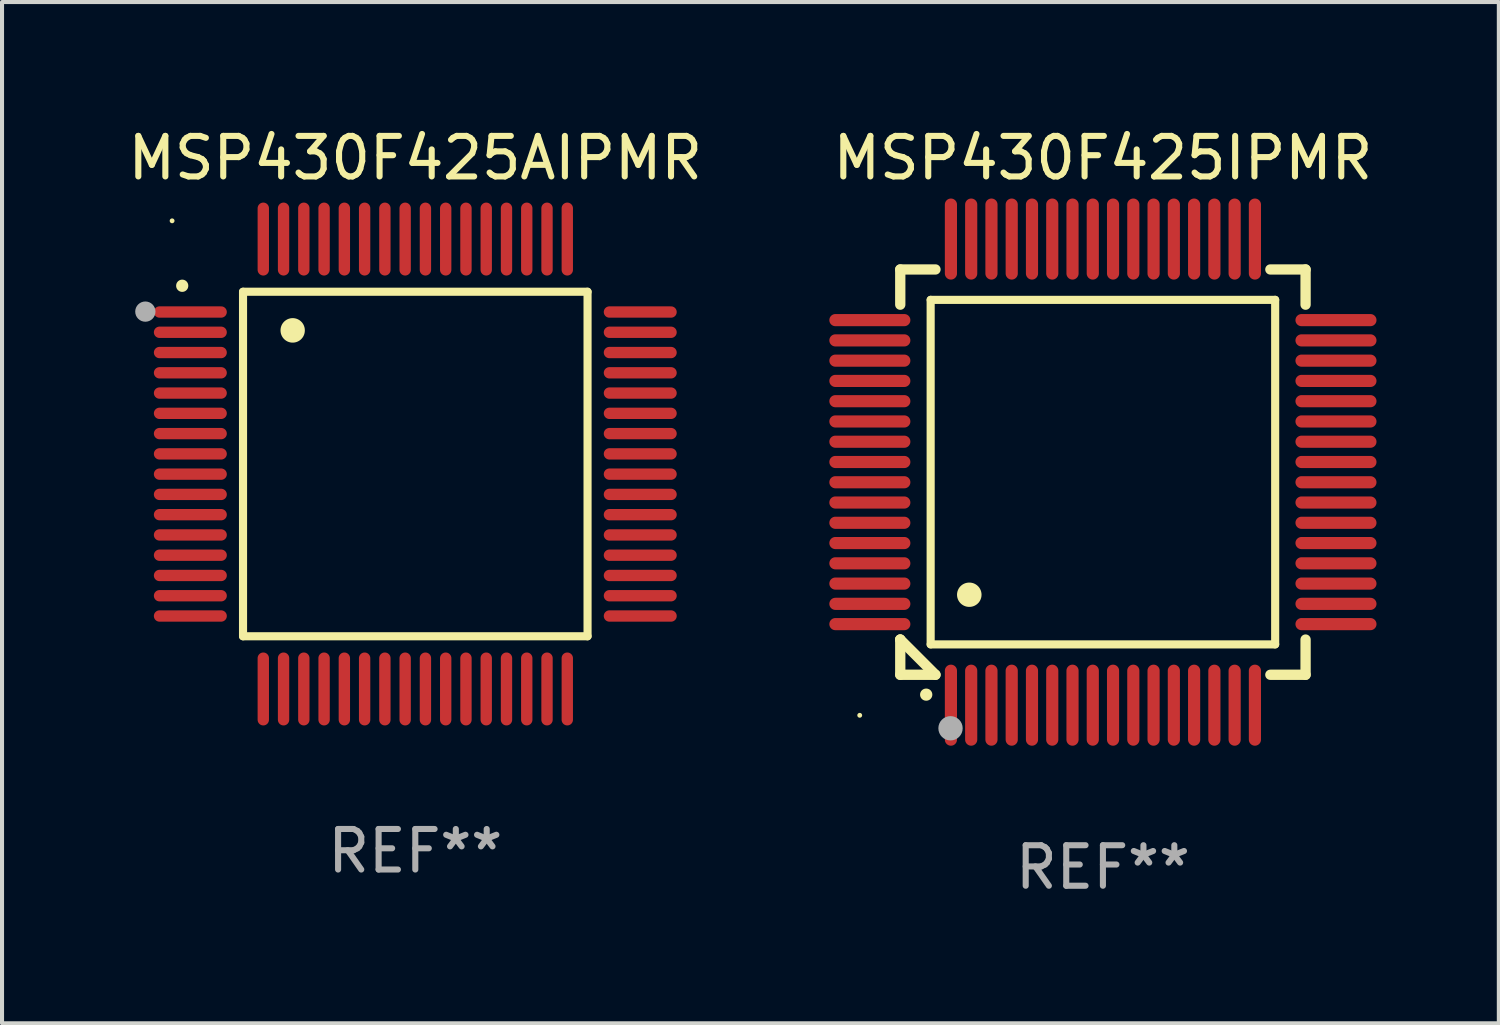
<source format=kicad_pcb>
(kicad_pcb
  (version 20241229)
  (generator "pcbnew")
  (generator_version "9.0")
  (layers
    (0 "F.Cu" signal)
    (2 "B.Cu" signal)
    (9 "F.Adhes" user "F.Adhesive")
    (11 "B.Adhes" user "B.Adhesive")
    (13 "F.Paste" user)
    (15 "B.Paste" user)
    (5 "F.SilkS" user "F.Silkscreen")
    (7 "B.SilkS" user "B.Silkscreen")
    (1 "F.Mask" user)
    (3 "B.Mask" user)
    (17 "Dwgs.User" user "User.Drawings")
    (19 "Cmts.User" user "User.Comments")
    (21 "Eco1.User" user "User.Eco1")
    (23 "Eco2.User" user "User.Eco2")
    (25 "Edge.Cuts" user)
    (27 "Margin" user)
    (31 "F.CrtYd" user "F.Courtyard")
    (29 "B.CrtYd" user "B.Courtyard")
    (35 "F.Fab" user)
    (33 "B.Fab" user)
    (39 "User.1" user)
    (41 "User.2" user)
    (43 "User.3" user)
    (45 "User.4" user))
  (footprint "MSP430F425AIPMR"
    (layer "F.Cu")
    (at 7.196 8.398)
    (property "Reference" "MSP430F425AIPMR" (at 0 -7.55 0) (layer "F.SilkS") (effects (font (size 1 1) (thickness 0.15))))
    (attr through_hole)
    (fp_line (start -4.25 -4.25) (end -4.25 4.25) (stroke (width 0.2) (type solid)) (layer "F.SilkS"))
    (fp_line (start -4.25 4.25) (end 4.25 4.25) (stroke (width 0.2) (type solid)) (layer "F.SilkS"))
    (fp_line (start 4.25 -4.25) (end -4.25 -4.25) (stroke (width 0.2) (type solid)) (layer "F.SilkS"))
    (fp_line (start 4.25 4.25) (end 4.25 -4.25) (stroke (width 0.2) (type solid)) (layer "F.SilkS"))
    (fp_arc (start -5.750572 -4.396749) (mid -5.750577 -4.398019) (end -5.750572 -4.399289) (stroke (width 0.3) (type solid)) (layer "F.SilkS"))
    (fp_arc (start -3.025146 -3.294387) (mid -3.025157 -3.296927) (end -3.025146 -3.299467) (stroke (width 0.6) (type solid)) (layer "F.SilkS"))
    (fp_circle (center -6 -6) (end -5.97 -6) (stroke (width 0.06) (type solid)) (fill no) (layer "F.SilkS"))
    (fp_circle (center -6.66 -3.76) (end -6.535 -3.76) (stroke (width 0.25) (type solid)) (fill no) (layer "F.Fab"))
    (fp_text user "REF**" (at 0 9.55 0) (layer "F.Fab") (effects (font (size 1 1) (thickness 0.15))))
    (pad "1" smd oval (at -5.55 -3.75) (size 1.8 0.28) (layers "F.Cu" "F.Mask" "F.Paste"))
    (pad "2" smd oval (at -5.55 -3.25) (size 1.8 0.28) (layers "F.Cu" "F.Mask" "F.Paste"))
    (pad "3" smd oval (at -5.55 -2.75) (size 1.8 0.28) (layers "F.Cu" "F.Mask" "F.Paste"))
    (pad "4" smd oval (at -5.55 -2.25) (size 1.8 0.28) (layers "F.Cu" "F.Mask" "F.Paste"))
    (pad "5" smd oval (at -5.55 -1.75) (size 1.8 0.28) (layers "F.Cu" "F.Mask" "F.Paste"))
    (pad "6" smd oval (at -5.55 -1.25) (size 1.8 0.28) (layers "F.Cu" "F.Mask" "F.Paste"))
    (pad "7" smd oval (at -5.55 -0.75) (size 1.8 0.28) (layers "F.Cu" "F.Mask" "F.Paste"))
    (pad "8" smd oval (at -5.55 -0.25) (size 1.8 0.28) (layers "F.Cu" "F.Mask" "F.Paste"))
    (pad "9" smd oval (at -5.55 0.25) (size 1.8 0.28) (layers "F.Cu" "F.Mask" "F.Paste"))
    (pad "10" smd oval (at -5.55 0.75) (size 1.8 0.28) (layers "F.Cu" "F.Mask" "F.Paste"))
    (pad "11" smd oval (at -5.55 1.25) (size 1.8 0.28) (layers "F.Cu" "F.Mask" "F.Paste"))
    (pad "12" smd oval (at -5.55 1.75) (size 1.8 0.28) (layers "F.Cu" "F.Mask" "F.Paste"))
    (pad "13" smd oval (at -5.55 2.25) (size 1.8 0.28) (layers "F.Cu" "F.Mask" "F.Paste"))
    (pad "14" smd oval (at -5.55 2.75) (size 1.8 0.28) (layers "F.Cu" "F.Mask" "F.Paste"))
    (pad "15" smd oval (at -5.55 3.25) (size 1.8 0.28) (layers "F.Cu" "F.Mask" "F.Paste"))
    (pad "16" smd oval (at -5.55 3.75) (size 1.8 0.28) (layers "F.Cu" "F.Mask" "F.Paste"))
    (pad "17" smd oval (at -3.75 5.55) (size 0.28 1.8) (layers "F.Cu" "F.Mask" "F.Paste"))
    (pad "18" smd oval (at -3.25 5.55) (size 0.28 1.8) (layers "F.Cu" "F.Mask" "F.Paste"))
    (pad "19" smd oval (at -2.75 5.55) (size 0.28 1.8) (layers "F.Cu" "F.Mask" "F.Paste"))
    (pad "20" smd oval (at -2.25 5.55) (size 0.28 1.8) (layers "F.Cu" "F.Mask" "F.Paste"))
    (pad "21" smd oval (at -1.75 5.55) (size 0.28 1.8) (layers "F.Cu" "F.Mask" "F.Paste"))
    (pad "22" smd oval (at -1.25 5.55) (size 0.28 1.8) (layers "F.Cu" "F.Mask" "F.Paste"))
    (pad "23" smd oval (at -0.75 5.55) (size 0.28 1.8) (layers "F.Cu" "F.Mask" "F.Paste"))
    (pad "24" smd oval (at -0.25 5.55) (size 0.28 1.8) (layers "F.Cu" "F.Mask" "F.Paste"))
    (pad "25" smd oval (at 0.25 5.55) (size 0.28 1.8) (layers "F.Cu" "F.Mask" "F.Paste"))
    (pad "26" smd oval (at 0.75 5.55) (size 0.28 1.8) (layers "F.Cu" "F.Mask" "F.Paste"))
    (pad "27" smd oval (at 1.25 5.55) (size 0.28 1.8) (layers "F.Cu" "F.Mask" "F.Paste"))
    (pad "28" smd oval (at 1.75 5.55) (size 0.28 1.8) (layers "F.Cu" "F.Mask" "F.Paste"))
    (pad "29" smd oval (at 2.25 5.55) (size 0.28 1.8) (layers "F.Cu" "F.Mask" "F.Paste"))
    (pad "30" smd oval (at 2.75 5.55) (size 0.28 1.8) (layers "F.Cu" "F.Mask" "F.Paste"))
    (pad "31" smd oval (at 3.25 5.55) (size 0.28 1.8) (layers "F.Cu" "F.Mask" "F.Paste"))
    (pad "32" smd oval (at 3.75 5.55) (size 0.28 1.8) (layers "F.Cu" "F.Mask" "F.Paste"))
    (pad "33" smd oval (at 5.55 3.75) (size 1.8 0.28) (layers "F.Cu" "F.Mask" "F.Paste"))
    (pad "34" smd oval (at 5.55 3.25) (size 1.8 0.28) (layers "F.Cu" "F.Mask" "F.Paste"))
    (pad "35" smd oval (at 5.55 2.75) (size 1.8 0.28) (layers "F.Cu" "F.Mask" "F.Paste"))
    (pad "36" smd oval (at 5.55 2.25) (size 1.8 0.28) (layers "F.Cu" "F.Mask" "F.Paste"))
    (pad "37" smd oval (at 5.55 1.75) (size 1.8 0.28) (layers "F.Cu" "F.Mask" "F.Paste"))
    (pad "38" smd oval (at 5.55 1.25) (size 1.8 0.28) (layers "F.Cu" "F.Mask" "F.Paste"))
    (pad "39" smd oval (at 5.55 0.75) (size 1.8 0.28) (layers "F.Cu" "F.Mask" "F.Paste"))
    (pad "40" smd oval (at 5.55 0.25) (size 1.8 0.28) (layers "F.Cu" "F.Mask" "F.Paste"))
    (pad "41" smd oval (at 5.55 -0.25) (size 1.8 0.28) (layers "F.Cu" "F.Mask" "F.Paste"))
    (pad "42" smd oval (at 5.55 -0.75) (size 1.8 0.28) (layers "F.Cu" "F.Mask" "F.Paste"))
    (pad "43" smd oval (at 5.55 -1.25) (size 1.8 0.28) (layers "F.Cu" "F.Mask" "F.Paste"))
    (pad "44" smd oval (at 5.55 -1.75) (size 1.8 0.28) (layers "F.Cu" "F.Mask" "F.Paste"))
    (pad "45" smd oval (at 5.55 -2.25) (size 1.8 0.28) (layers "F.Cu" "F.Mask" "F.Paste"))
    (pad "46" smd oval (at 5.55 -2.75) (size 1.8 0.28) (layers "F.Cu" "F.Mask" "F.Paste"))
    (pad "47" smd oval (at 5.55 -3.25) (size 1.8 0.28) (layers "F.Cu" "F.Mask" "F.Paste"))
    (pad "48" smd oval (at 5.55 -3.75) (size 1.8 0.28) (layers "F.Cu" "F.Mask" "F.Paste"))
    (pad "49" smd oval (at 3.75 -5.55) (size 0.28 1.8) (layers "F.Cu" "F.Mask" "F.Paste"))
    (pad "50" smd oval (at 3.25 -5.55) (size 0.28 1.8) (layers "F.Cu" "F.Mask" "F.Paste"))
    (pad "51" smd oval (at 2.75 -5.55) (size 0.28 1.8) (layers "F.Cu" "F.Mask" "F.Paste"))
    (pad "52" smd oval (at 2.25 -5.55) (size 0.28 1.8) (layers "F.Cu" "F.Mask" "F.Paste"))
    (pad "53" smd oval (at 1.75 -5.55) (size 0.28 1.8) (layers "F.Cu" "F.Mask" "F.Paste"))
    (pad "54" smd oval (at 1.25 -5.55) (size 0.28 1.8) (layers "F.Cu" "F.Mask" "F.Paste"))
    (pad "55" smd oval (at 0.75 -5.55) (size 0.28 1.8) (layers "F.Cu" "F.Mask" "F.Paste"))
    (pad "56" smd oval (at 0.25 -5.55) (size 0.28 1.8) (layers "F.Cu" "F.Mask" "F.Paste"))
    (pad "57" smd oval (at -0.25 -5.55) (size 0.28 1.8) (layers "F.Cu" "F.Mask" "F.Paste"))
    (pad "58" smd oval (at -0.75 -5.55) (size 0.28 1.8) (layers "F.Cu" "F.Mask" "F.Paste"))
    (pad "59" smd oval (at -1.25 -5.55) (size 0.28 1.8) (layers "F.Cu" "F.Mask" "F.Paste"))
    (pad "60" smd oval (at -1.75 -5.55) (size 0.28 1.8) (layers "F.Cu" "F.Mask" "F.Paste"))
    (pad "61" smd oval (at -2.25 -5.55) (size 0.28 1.8) (layers "F.Cu" "F.Mask" "F.Paste"))
    (pad "62" smd oval (at -2.75 -5.55) (size 0.28 1.8) (layers "F.Cu" "F.Mask" "F.Paste"))
    (pad "63" smd oval (at -3.25 -5.55) (size 0.28 1.8) (layers "F.Cu" "F.Mask" "F.Paste"))
    (pad "64" smd oval (at -3.75 -5.55) (size 0.28 1.8) (layers "F.Cu" "F.Mask" "F.Paste")))
  (footprint "MSP430F425IPMR"
    (layer "F.Cu")
    (at 24.161 8.598)
    (property "Reference" "MSP430F425IPMR" (at 0 -7.75 0) (layer "F.SilkS") (effects (font (size 1 1) (thickness 0.15))))
    (attr through_hole)
    (fp_line (start -5 -5) (end -4.131 -5) (stroke (width 0.254) (type solid)) (layer "F.SilkS"))
    (fp_line (start -5 -4.131) (end -5 -5) (stroke (width 0.254) (type solid)) (layer "F.SilkS"))
    (fp_line (start -5 4.131) (end -5 4.131) (stroke (width 0.254) (type solid)) (layer "F.SilkS"))
    (fp_line (start -5 5) (end -5 4.131) (stroke (width 0.254) (type solid)) (layer "F.SilkS"))
    (fp_line (start -5 4.131) (end -4.131 5) (stroke (width 0.254) (type solid)) (layer "F.SilkS"))
    (fp_line (start -4.25 -4.25) (end -4.25 4.25) (stroke (width 0.2) (type solid)) (layer "F.SilkS"))
    (fp_line (start -4.25 4.25) (end 4.25 4.25) (stroke (width 0.2) (type solid)) (layer "F.SilkS"))
    (fp_line (start -4.131 5) (end -5 5) (stroke (width 0.254) (type solid)) (layer "F.SilkS"))
    (fp_line (start 4.25 -4.25) (end -4.25 -4.25) (stroke (width 0.2) (type solid)) (layer "F.SilkS"))
    (fp_line (start 4.25 4.25) (end 4.25 -4.25) (stroke (width 0.2) (type solid)) (layer "F.SilkS"))
    (fp_line (start 5 -5) (end 4.131 -5) (stroke (width 0.254) (type solid)) (layer "F.SilkS"))
    (fp_line (start 5 -5) (end 5 -4.131) (stroke (width 0.254) (type solid)) (layer "F.SilkS"))
    (fp_line (start 5 4.131) (end 5 5) (stroke (width 0.254) (type solid)) (layer "F.SilkS"))
    (fp_line (start 5 5) (end 4.131 5) (stroke (width 0.254) (type solid)) (layer "F.SilkS"))
    (fp_arc (start -4.361265 5.489992) (mid -4.359995 5.489987) (end -4.358725 5.489992) (stroke (width 0.3) (type solid)) (layer "F.SilkS"))
    (fp_arc (start -3.299467 3.025146) (mid -3.296927 3.025135) (end -3.294387 3.025146) (stroke (width 0.6) (type solid)) (layer "F.SilkS"))
    (fp_circle (center -6 6) (end -5.97 6) (stroke (width 0.06) (type solid)) (fill no) (layer "F.SilkS"))
    (fp_circle (center -3.76 6.32) (end -3.61 6.32) (stroke (width 0.3) (type solid)) (fill no) (layer "F.Fab"))
    (fp_text user "REF**" (at 0 9.75 0) (layer "F.Fab") (effects (font (size 1 1) (thickness 0.15))))
    (pad "1" smd oval (at -3.75 5.75) (size 0.3 2) (layers "F.Cu" "F.Mask" "F.Paste"))
    (pad "2" smd oval (at -3.25 5.75) (size 0.3 2) (layers "F.Cu" "F.Mask" "F.Paste"))
    (pad "3" smd oval (at -2.75 5.75) (size 0.3 2) (layers "F.Cu" "F.Mask" "F.Paste"))
    (pad "4" smd oval (at -2.25 5.75) (size 0.3 2) (layers "F.Cu" "F.Mask" "F.Paste"))
    (pad "5" smd oval (at -1.75 5.75) (size 0.3 2) (layers "F.Cu" "F.Mask" "F.Paste"))
    (pad "6" smd oval (at -1.25 5.75) (size 0.3 2) (layers "F.Cu" "F.Mask" "F.Paste"))
    (pad "7" smd oval (at -0.75 5.75) (size 0.3 2) (layers "F.Cu" "F.Mask" "F.Paste"))
    (pad "8" smd oval (at -0.25 5.75) (size 0.3 2) (layers "F.Cu" "F.Mask" "F.Paste"))
    (pad "9" smd oval (at 0.25 5.75) (size 0.3 2) (layers "F.Cu" "F.Mask" "F.Paste"))
    (pad "10" smd oval (at 0.75 5.75) (size 0.3 2) (layers "F.Cu" "F.Mask" "F.Paste"))
    (pad "11" smd oval (at 1.25 5.75) (size 0.3 2) (layers "F.Cu" "F.Mask" "F.Paste"))
    (pad "12" smd oval (at 1.75 5.75) (size 0.3 2) (layers "F.Cu" "F.Mask" "F.Paste"))
    (pad "13" smd oval (at 2.25 5.75) (size 0.3 2) (layers "F.Cu" "F.Mask" "F.Paste"))
    (pad "14" smd oval (at 2.75 5.75) (size 0.3 2) (layers "F.Cu" "F.Mask" "F.Paste"))
    (pad "15" smd oval (at 3.25 5.75) (size 0.3 2) (layers "F.Cu" "F.Mask" "F.Paste"))
    (pad "16" smd oval (at 3.75 5.75) (size 0.3 2) (layers "F.Cu" "F.Mask" "F.Paste"))
    (pad "17" smd oval (at 5.75 3.75) (size 2 0.3) (layers "F.Cu" "F.Mask" "F.Paste"))
    (pad "18" smd oval (at 5.75 3.25) (size 2 0.3) (layers "F.Cu" "F.Mask" "F.Paste"))
    (pad "19" smd oval (at 5.75 2.75) (size 2 0.3) (layers "F.Cu" "F.Mask" "F.Paste"))
    (pad "20" smd oval (at 5.75 2.25) (size 2 0.3) (layers "F.Cu" "F.Mask" "F.Paste"))
    (pad "21" smd oval (at 5.75 1.75) (size 2 0.3) (layers "F.Cu" "F.Mask" "F.Paste"))
    (pad "22" smd oval (at 5.75 1.25) (size 2 0.3) (layers "F.Cu" "F.Mask" "F.Paste"))
    (pad "23" smd oval (at 5.75 0.75) (size 2 0.3) (layers "F.Cu" "F.Mask" "F.Paste"))
    (pad "24" smd oval (at 5.75 0.25) (size 2 0.3) (layers "F.Cu" "F.Mask" "F.Paste"))
    (pad "25" smd oval (at 5.75 -0.25) (size 2 0.3) (layers "F.Cu" "F.Mask" "F.Paste"))
    (pad "26" smd oval (at 5.75 -0.75) (size 2 0.3) (layers "F.Cu" "F.Mask" "F.Paste"))
    (pad "27" smd oval (at 5.75 -1.25) (size 2 0.3) (layers "F.Cu" "F.Mask" "F.Paste"))
    (pad "28" smd oval (at 5.75 -1.75) (size 2 0.3) (layers "F.Cu" "F.Mask" "F.Paste"))
    (pad "29" smd oval (at 5.75 -2.25) (size 2 0.3) (layers "F.Cu" "F.Mask" "F.Paste"))
    (pad "30" smd oval (at 5.75 -2.75) (size 2 0.3) (layers "F.Cu" "F.Mask" "F.Paste"))
    (pad "31" smd oval (at 5.75 -3.25) (size 2 0.3) (layers "F.Cu" "F.Mask" "F.Paste"))
    (pad "32" smd oval (at 5.75 -3.75) (size 2 0.3) (layers "F.Cu" "F.Mask" "F.Paste"))
    (pad "33" smd oval (at 3.75 -5.75) (size 0.3 2) (layers "F.Cu" "F.Mask" "F.Paste"))
    (pad "34" smd oval (at 3.25 -5.75) (size 0.3 2) (layers "F.Cu" "F.Mask" "F.Paste"))
    (pad "35" smd oval (at 2.75 -5.75) (size 0.3 2) (layers "F.Cu" "F.Mask" "F.Paste"))
    (pad "36" smd oval (at 2.25 -5.75) (size 0.3 2) (layers "F.Cu" "F.Mask" "F.Paste"))
    (pad "37" smd oval (at 1.75 -5.75) (size 0.3 2) (layers "F.Cu" "F.Mask" "F.Paste"))
    (pad "38" smd oval (at 1.25 -5.75) (size 0.3 2) (layers "F.Cu" "F.Mask" "F.Paste"))
    (pad "39" smd oval (at 0.75 -5.75) (size 0.3 2) (layers "F.Cu" "F.Mask" "F.Paste"))
    (pad "40" smd oval (at 0.25 -5.75) (size 0.3 2) (layers "F.Cu" "F.Mask" "F.Paste"))
    (pad "41" smd oval (at -0.25 -5.75) (size 0.3 2) (layers "F.Cu" "F.Mask" "F.Paste"))
    (pad "42" smd oval (at -0.75 -5.75) (size 0.3 2) (layers "F.Cu" "F.Mask" "F.Paste"))
    (pad "43" smd oval (at -1.25 -5.75) (size 0.3 2) (layers "F.Cu" "F.Mask" "F.Paste"))
    (pad "44" smd oval (at -1.75 -5.75) (size 0.3 2) (layers "F.Cu" "F.Mask" "F.Paste"))
    (pad "45" smd oval (at -2.25 -5.75) (size 0.3 2) (layers "F.Cu" "F.Mask" "F.Paste"))
    (pad "46" smd oval (at -2.75 -5.75) (size 0.3 2) (layers "F.Cu" "F.Mask" "F.Paste"))
    (pad "47" smd oval (at -3.25 -5.75) (size 0.3 2) (layers "F.Cu" "F.Mask" "F.Paste"))
    (pad "48" smd oval (at -3.75 -5.75) (size 0.3 2) (layers "F.Cu" "F.Mask" "F.Paste"))
    (pad "49" smd oval (at -5.75 -3.75) (size 2 0.3) (layers "F.Cu" "F.Mask" "F.Paste"))
    (pad "50" smd oval (at -5.75 -3.25) (size 2 0.3) (layers "F.Cu" "F.Mask" "F.Paste"))
    (pad "51" smd oval (at -5.75 -2.75) (size 2 0.3) (layers "F.Cu" "F.Mask" "F.Paste"))
    (pad "52" smd oval (at -5.75 -2.25) (size 2 0.3) (layers "F.Cu" "F.Mask" "F.Paste"))
    (pad "53" smd oval (at -5.75 -1.75) (size 2 0.3) (layers "F.Cu" "F.Mask" "F.Paste"))
    (pad "54" smd oval (at -5.75 -1.25) (size 2 0.3) (layers "F.Cu" "F.Mask" "F.Paste"))
    (pad "55" smd oval (at -5.75 -0.75) (size 2 0.3) (layers "F.Cu" "F.Mask" "F.Paste"))
    (pad "56" smd oval (at -5.75 -0.25) (size 2 0.3) (layers "F.Cu" "F.Mask" "F.Paste"))
    (pad "57" smd oval (at -5.75 0.25) (size 2 0.3) (layers "F.Cu" "F.Mask" "F.Paste"))
    (pad "58" smd oval (at -5.75 0.75) (size 2 0.3) (layers "F.Cu" "F.Mask" "F.Paste"))
    (pad "59" smd oval (at -5.75 1.25) (size 2 0.3) (layers "F.Cu" "F.Mask" "F.Paste"))
    (pad "60" smd oval (at -5.75 1.75) (size 2 0.3) (layers "F.Cu" "F.Mask" "F.Paste"))
    (pad "61" smd oval (at -5.75 2.25) (size 2 0.3) (layers "F.Cu" "F.Mask" "F.Paste"))
    (pad "62" smd oval (at -5.75 2.75) (size 2 0.3) (layers "F.Cu" "F.Mask" "F.Paste"))
    (pad "63" smd oval (at -5.75 3.25) (size 2 0.3) (layers "F.Cu" "F.Mask" "F.Paste"))
    (pad "64" smd oval (at -5.75 3.75) (size 2 0.3) (layers "F.Cu" "F.Mask" "F.Paste")))
  (gr_rect
    (start -3 -3)
    (end 33.929 22.196)
    (stroke (width 0.1) (type default))
    (fill no)
    (layer "Edge.Cuts")))
</source>
